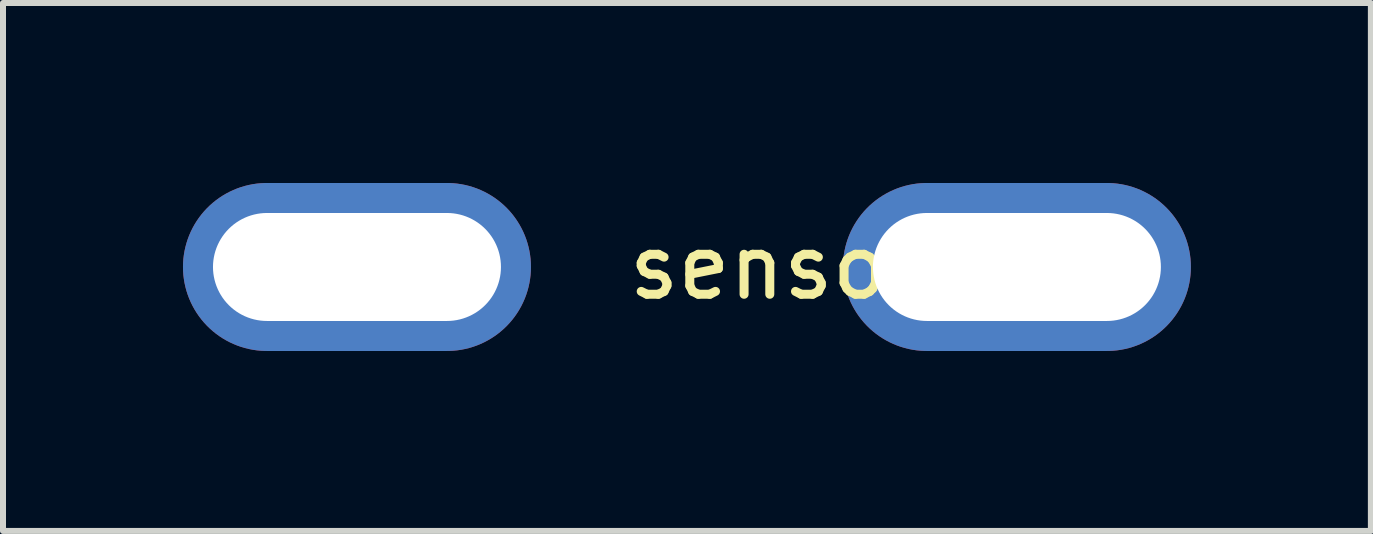
<source format=kicad_pcb>
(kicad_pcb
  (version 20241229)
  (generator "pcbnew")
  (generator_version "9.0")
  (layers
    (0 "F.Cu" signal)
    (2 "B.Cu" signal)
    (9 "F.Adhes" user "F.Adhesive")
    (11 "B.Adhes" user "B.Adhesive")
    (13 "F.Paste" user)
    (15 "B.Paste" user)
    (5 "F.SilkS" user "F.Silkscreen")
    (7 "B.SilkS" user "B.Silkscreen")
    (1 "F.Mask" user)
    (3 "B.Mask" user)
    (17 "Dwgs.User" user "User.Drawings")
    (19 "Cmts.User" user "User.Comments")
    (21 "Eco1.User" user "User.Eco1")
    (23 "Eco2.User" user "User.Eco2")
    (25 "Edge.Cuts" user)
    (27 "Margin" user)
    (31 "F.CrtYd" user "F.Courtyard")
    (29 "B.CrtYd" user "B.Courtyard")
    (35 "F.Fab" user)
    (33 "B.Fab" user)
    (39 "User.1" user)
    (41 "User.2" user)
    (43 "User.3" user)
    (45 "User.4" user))
  (footprint "sensor"
    (layer "F.Cu")
    (at 2.9 1.4)
    (property "Reference" "sensor" (at 7 0 0) (layer "F.SilkS") (effects (font (size 1 1) (thickness 0.15))))
    (attr through_hole)
    (pad "1" thru_hole oval (at 0 0) (size 5.8 2.8) (drill oval 4.8 1.8) (layers "*.Cu" "*.Mask"))
    (pad "2" thru_hole oval (at 11 0) (size 5.8 2.8) (drill oval 4.8 1.8) (layers "*.Cu" "*.Mask")))
  (gr_rect
    (start -3 -3)
    (end 19.8 5.8)
    (stroke (width 0.1) (type default))
    (fill no)
    (layer "Edge.Cuts")))
</source>
